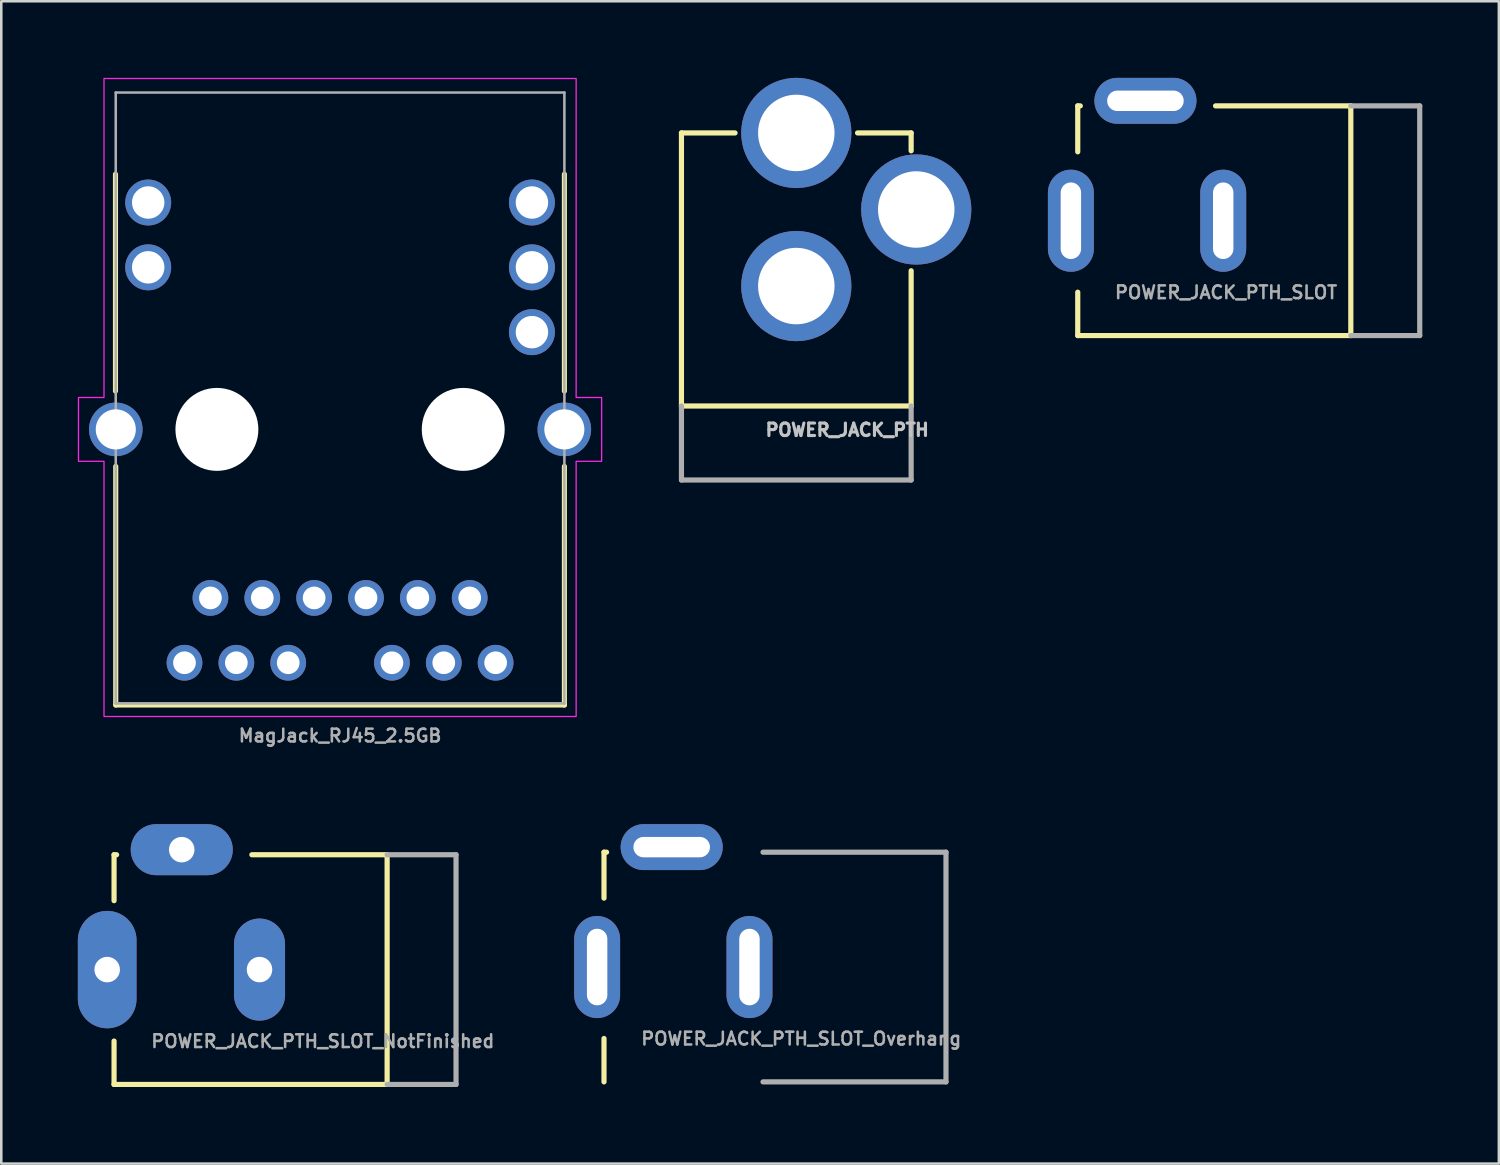
<source format=kicad_pcb>
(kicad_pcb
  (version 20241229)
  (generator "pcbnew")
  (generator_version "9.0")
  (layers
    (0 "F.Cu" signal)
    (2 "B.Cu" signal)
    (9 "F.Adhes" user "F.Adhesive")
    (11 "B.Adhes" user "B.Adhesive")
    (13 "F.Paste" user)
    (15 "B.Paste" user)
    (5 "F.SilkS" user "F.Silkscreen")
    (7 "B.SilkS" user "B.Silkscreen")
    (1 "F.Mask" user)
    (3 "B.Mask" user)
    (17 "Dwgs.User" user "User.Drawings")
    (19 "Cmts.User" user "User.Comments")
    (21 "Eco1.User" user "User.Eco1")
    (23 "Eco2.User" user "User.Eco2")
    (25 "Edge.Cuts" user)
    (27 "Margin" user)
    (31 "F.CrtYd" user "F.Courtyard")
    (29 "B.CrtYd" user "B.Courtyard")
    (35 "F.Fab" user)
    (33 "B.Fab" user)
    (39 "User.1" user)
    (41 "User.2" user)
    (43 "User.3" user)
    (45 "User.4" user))
  (footprint "POWER_JACK_PTH"
    (layer "F.Cu")
    (at 28.152 15.859)
    (property "Reference" "POWER_JACK_PTH" (at -1.27 -1.778 0) (layer "Dwgs.User") (effects (font (size 0.488 0.488) (thickness 0.122)) (justify left bottom)))
    (fp_line (start -4.5 -13.7) (end -2.4 -13.7) (stroke (width 0.203) (type solid)) (layer "F.SilkS"))
    (fp_line (start -4.5 -3) (end -4.5 -13.7) (stroke (width 0.203) (type solid)) (layer "F.SilkS"))
    (fp_line (start -4.5 -3) (end 4.5 -3) (stroke (width 0.203) (type solid)) (layer "F.SilkS"))
    (fp_line (start 4.5 -13.7) (end 2.4 -13.7) (stroke (width 0.203) (type solid)) (layer "F.SilkS"))
    (fp_line (start 4.5 -13.7) (end 4.5 -13) (stroke (width 0.203) (type solid)) (layer "F.SilkS"))
    (fp_line (start 4.5 -3) (end 4.5 -8.3) (stroke (width 0.203) (type solid)) (layer "F.SilkS"))
    (fp_line (start -4.5 -3) (end -4.5 -0.1) (stroke (width 0.203) (type solid)) (layer "F.Fab"))
    (fp_line (start 4.5 -0.1) (end -4.5 -0.1) (stroke (width 0.203) (type solid)) (layer "F.Fab"))
    (fp_line (start 4.5 -0.1) (end 4.5 -3) (stroke (width 0.203) (type solid)) (layer "F.Fab"))
    (pad "1" thru_hole circle (at 0 -13.7) (size 4.318 4.318) (drill 2.997) (layers "*.Cu" "*.Mask"))
    (pad "2" thru_hole circle (at 0 -7.7) (size 4.318 4.318) (drill 2.997) (layers "*.Cu" "*.Mask"))
    (pad "3" thru_hole circle (at 4.7 -10.7 90) (size 4.318 4.318) (drill 2.997) (layers "*.Cu" "*.Mask")))
  (footprint "POWER_JACK_PTH_SLOT_NotFinished"
    (layer "F.Cu")
    (at 7.119 34.942)
    (property "Reference" "POWER_JACK_PTH_SLOT_NotFinished" (at -4.3 3.1 0) (layer "F.Fab") (effects (font (size 0.5 0.5) (thickness 0.1)) (justify left bottom)))
    (fp_line (start -5.7 -4.5) (end -5.7 -2.7) (stroke (width 0.203) (type solid)) (layer "F.SilkS"))
    (fp_line (start -5.7 -4.5) (end -5.6 -4.5) (stroke (width 0.203) (type solid)) (layer "F.SilkS"))
    (fp_line (start -5.7 4.5) (end -5.7 2.8) (stroke (width 0.203) (type solid)) (layer "F.SilkS"))
    (fp_line (start 5 -4.5) (end -0.3 -4.5) (stroke (width 0.203) (type solid)) (layer "F.SilkS"))
    (fp_line (start 5 4.5) (end -5.7 4.5) (stroke (width 0.203) (type solid)) (layer "F.SilkS"))
    (fp_line (start 5 4.5) (end 5 -4.5) (stroke (width 0.203) (type solid)) (layer "F.SilkS"))
    (fp_line (start 5 4.5) (end 7.7 4.5) (stroke (width 0.203) (type solid)) (layer "F.Fab"))
    (fp_line (start 7.7 -4.5) (end 5 -4.5) (stroke (width 0.203) (type solid)) (layer "F.Fab"))
    (fp_line (start 7.7 -4.5) (end 7.7 4.5) (stroke (width 0.203) (type solid)) (layer "F.Fab"))
    (pad "GND" thru_hole oval (at 0 0 90) (size 4 2) (drill 1) (layers "*.Cu" "*.Mask"))
    (pad "GNDBREAK" thru_hole oval (at -3.048 -4.699 180) (size 4 2) (drill 1) (layers "*.Cu" "*.Mask"))
    (pad "PWR" thru_hole oval (at -5.969 0 90) (size 4.6 2.3) (drill 1) (layers "*.Cu" "*.Mask")))
  (footprint "MagJack_RJ45_2.5GB"
    (layer "F.Cu")
    (at 10.275 13.775)
    (property "Reference" "MagJack_RJ45_2.5GB" (at 0 12 0) (unlocked yes) (layer "F.Fab") (effects (font (size 0.5 0.5) (thickness 0.1) (bold yes))))
    (fp_line (start -8.8 -1.5) (end -8.8 -10) (stroke (width 0.2) (type solid)) (layer "F.SilkS"))
    (fp_line (start -8.79 10.8) (end -8.79 1.45) (stroke (width 0.2) (type solid)) (layer "F.SilkS"))
    (fp_line (start 8.79 -1.5) (end 8.79 -10) (stroke (width 0.2) (type solid)) (layer "F.SilkS"))
    (fp_line (start 8.79 10.8) (end -8.79 10.8) (stroke (width 0.2) (type solid)) (layer "F.SilkS"))
    (fp_line (start 8.79 10.8) (end 8.79 1.45) (stroke (width 0.2) (type solid)) (layer "F.SilkS"))
    (fp_poly (pts (xy 9.25 -13.75) (xy 9.25 -1.25) (xy 10.25 -1.25) (xy 10.25 1.25) (xy 9.25 1.25) (xy 9.25 11.25) (xy -9.25 11.25) (xy -9.25 1.25) (xy -10.25 1.25) (xy -10.25 -1.25) (xy -9.25 -1.25) (xy -9.25 -13.75)) (stroke (width 0.05) (type solid)) (fill no) (layer "F.CrtYd"))
    (fp_line (start -8.79 10.74) (end -8.79 -13.2) (stroke (width 0.1) (type solid)) (layer "F.Fab"))
    (fp_line (start 8.79 -13.2) (end -8.79 -13.2) (stroke (width 0.1) (type solid)) (layer "F.Fab"))
    (fp_line (start 8.79 10.74) (end -8.79 10.74) (stroke (width 0.1) (type solid)) (layer "F.Fab"))
    (fp_line (start 8.79 10.74) (end 8.79 -13.2) (stroke (width 0.1) (type solid)) (layer "F.Fab"))
    (pad "" np_thru_hole circle (at -4.826 0 90) (size 3.25 3.25) (drill 3.25) (layers "*.Cu" "*.Mask"))
    (pad "" np_thru_hole circle (at 4.826 0 90) (size 3.25 3.25) (drill 3.25) (layers "*.Cu" "*.Mask"))
    (pad "1" thru_hole circle (at -5.08 6.604 90) (size 1.4 1.4) (drill 0.89) (layers "*.Cu" "*.Mask"))
    (pad "2" thru_hole circle (at -3.048 6.604 90) (size 1.4 1.4) (drill 0.89) (layers "*.Cu" "*.Mask"))
    (pad "3" thru_hole circle (at -1.016 6.604 90) (size 1.4 1.4) (drill 0.89) (layers "*.Cu" "*.Mask"))
    (pad "4" thru_hole circle (at 1.016 6.604 90) (size 1.4 1.4) (drill 0.89) (layers "*.Cu" "*.Mask"))
    (pad "5" thru_hole circle (at 3.048 6.604 90) (size 1.4 1.4) (drill 0.89) (layers "*.Cu" "*.Mask"))
    (pad "6" thru_hole circle (at 5.08 6.604 90) (size 1.4 1.4) (drill 0.89) (layers "*.Cu" "*.Mask"))
    (pad "7" thru_hole circle (at -6.096 9.144 90) (size 1.4 1.4) (drill 0.89) (layers "*.Cu" "*.Mask"))
    (pad "8" thru_hole circle (at -4.064 9.144 90) (size 1.4 1.4) (drill 0.89) (layers "*.Cu" "*.Mask"))
    (pad "9" thru_hole circle (at -2.032 9.144 90) (size 1.4 1.4) (drill 0.89) (layers "*.Cu" "*.Mask"))
    (pad "10" thru_hole circle (at 2.032 9.144 90) (size 1.4 1.4) (drill 0.89) (layers "*.Cu" "*.Mask"))
    (pad "11" thru_hole circle (at 4.064 9.144 90) (size 1.4 1.4) (drill 0.89) (layers "*.Cu" "*.Mask"))
    (pad "12" thru_hole circle (at 6.096 9.144 90) (size 1.4 1.4) (drill 0.89) (layers "*.Cu" "*.Mask"))
    (pad "13" thru_hole circle (at -7.518 -6.35 90) (size 1.8 1.8) (drill 1.27) (layers "*.Cu" "*.Mask"))
    (pad "14" thru_hole circle (at -7.518 -8.89 90) (size 1.8 1.8) (drill 1.27) (layers "*.Cu" "*.Mask"))
    (pad "15" thru_hole circle (at 7.518 -3.81 90) (size 1.8 1.8) (drill 1.27) (layers "*.Cu" "*.Mask"))
    (pad "16" thru_hole circle (at 7.518 -6.35 90) (size 1.8 1.8) (drill 1.27) (layers "*.Cu" "*.Mask"))
    (pad "17" thru_hole circle (at 7.518 -8.89 90) (size 1.8 1.8) (drill 1.27) (layers "*.Cu" "*.Mask"))
    (pad "SHLD" thru_hole circle (at -8.788 0 90) (size 2.1 2.1) (drill 1.57) (layers "*.Cu" "*.Mask"))
    (pad "SHLD" thru_hole circle (at 8.788 0 90) (size 2.1 2.1) (drill 1.57) (layers "*.Cu" "*.Mask")))
  (footprint "POWER_JACK_PTH_SLOT"
    (layer "F.Cu")
    (at 44.88 5.599)
    (property "Reference" "POWER_JACK_PTH_SLOT" (at -4.3 3.1 0) (layer "F.Fab") (effects (font (size 0.5 0.5) (thickness 0.1)) (justify left bottom)))
    (fp_line (start -5.7 -4.5) (end -5.7 -2.7) (stroke (width 0.203) (type solid)) (layer "F.SilkS"))
    (fp_line (start -5.7 -4.5) (end -5.6 -4.5) (stroke (width 0.203) (type solid)) (layer "F.SilkS"))
    (fp_line (start -5.7 4.5) (end -5.7 2.8) (stroke (width 0.203) (type solid)) (layer "F.SilkS"))
    (fp_line (start 5 -4.5) (end -0.3 -4.5) (stroke (width 0.203) (type solid)) (layer "F.SilkS"))
    (fp_line (start 5 4.5) (end -5.7 4.5) (stroke (width 0.203) (type solid)) (layer "F.SilkS"))
    (fp_line (start 5 4.5) (end 5 -4.5) (stroke (width 0.203) (type solid)) (layer "F.SilkS"))
    (fp_line (start 5 4.5) (end 7.7 4.5) (stroke (width 0.203) (type solid)) (layer "F.Fab"))
    (fp_line (start 7.7 -4.5) (end 5 -4.5) (stroke (width 0.203) (type solid)) (layer "F.Fab"))
    (fp_line (start 7.7 -4.5) (end 7.7 4.5) (stroke (width 0.203) (type solid)) (layer "F.Fab"))
    (pad "GND" thru_hole oval (at 0 0 90) (size 4 1.8) (drill oval 3 0.8) (layers "*.Cu" "*.Mask"))
    (pad "GNDBREAK" thru_hole oval (at -3.048 -4.699) (size 4 1.8) (drill oval 3 0.8) (layers "*.Cu" "*.Mask"))
    (pad "PWR" thru_hole oval (at -5.969 0 90) (size 4 1.8) (drill oval 3 0.8) (layers "*.Cu" "*.Mask")))
  (footprint "POWER_JACK_PTH_SLOT_Overhang"
    (layer "F.Cu")
    (at 26.317 34.842)
    (property "Reference" "POWER_JACK_PTH_SLOT_Overhang" (at -4.3 3.1 0) (layer "F.Fab") (effects (font (size 0.5 0.5) (thickness 0.1)) (justify left bottom)))
    (fp_line (start -5.7 -4.5) (end -5.7 -2.7) (stroke (width 0.203) (type solid)) (layer "F.SilkS"))
    (fp_line (start -5.7 -4.5) (end -5.6 -4.5) (stroke (width 0.203) (type solid)) (layer "F.SilkS"))
    (fp_line (start -5.7 4.5) (end -5.7 2.8) (stroke (width 0.203) (type solid)) (layer "F.SilkS"))
    (fp_line (start 0.53 4.5) (end 7.7 4.5) (stroke (width 0.203) (type solid)) (layer "F.Fab"))
    (fp_line (start 7.7 -4.5) (end 0.53 -4.5) (stroke (width 0.203) (type solid)) (layer "F.Fab"))
    (fp_line (start 7.7 -4.5) (end 7.7 4.5) (stroke (width 0.203) (type solid)) (layer "F.Fab"))
    (pad "GND" thru_hole oval (at 0 0 90) (size 4 1.8) (drill oval 3 0.8) (layers "*.Cu" "*.Mask"))
    (pad "GNDBREAK" thru_hole oval (at -3.048 -4.699) (size 4 1.8) (drill oval 3 0.8) (layers "*.Cu" "*.Mask"))
    (pad "PWR" thru_hole oval (at -5.969 0 90) (size 4 1.8) (drill oval 3 0.8) (layers "*.Cu" "*.Mask")))
  (gr_rect
    (start -3 -3)
    (end 55.681 42.544)
    (stroke (width 0.1) (type default))
    (fill no)
    (layer "Edge.Cuts")))
</source>
